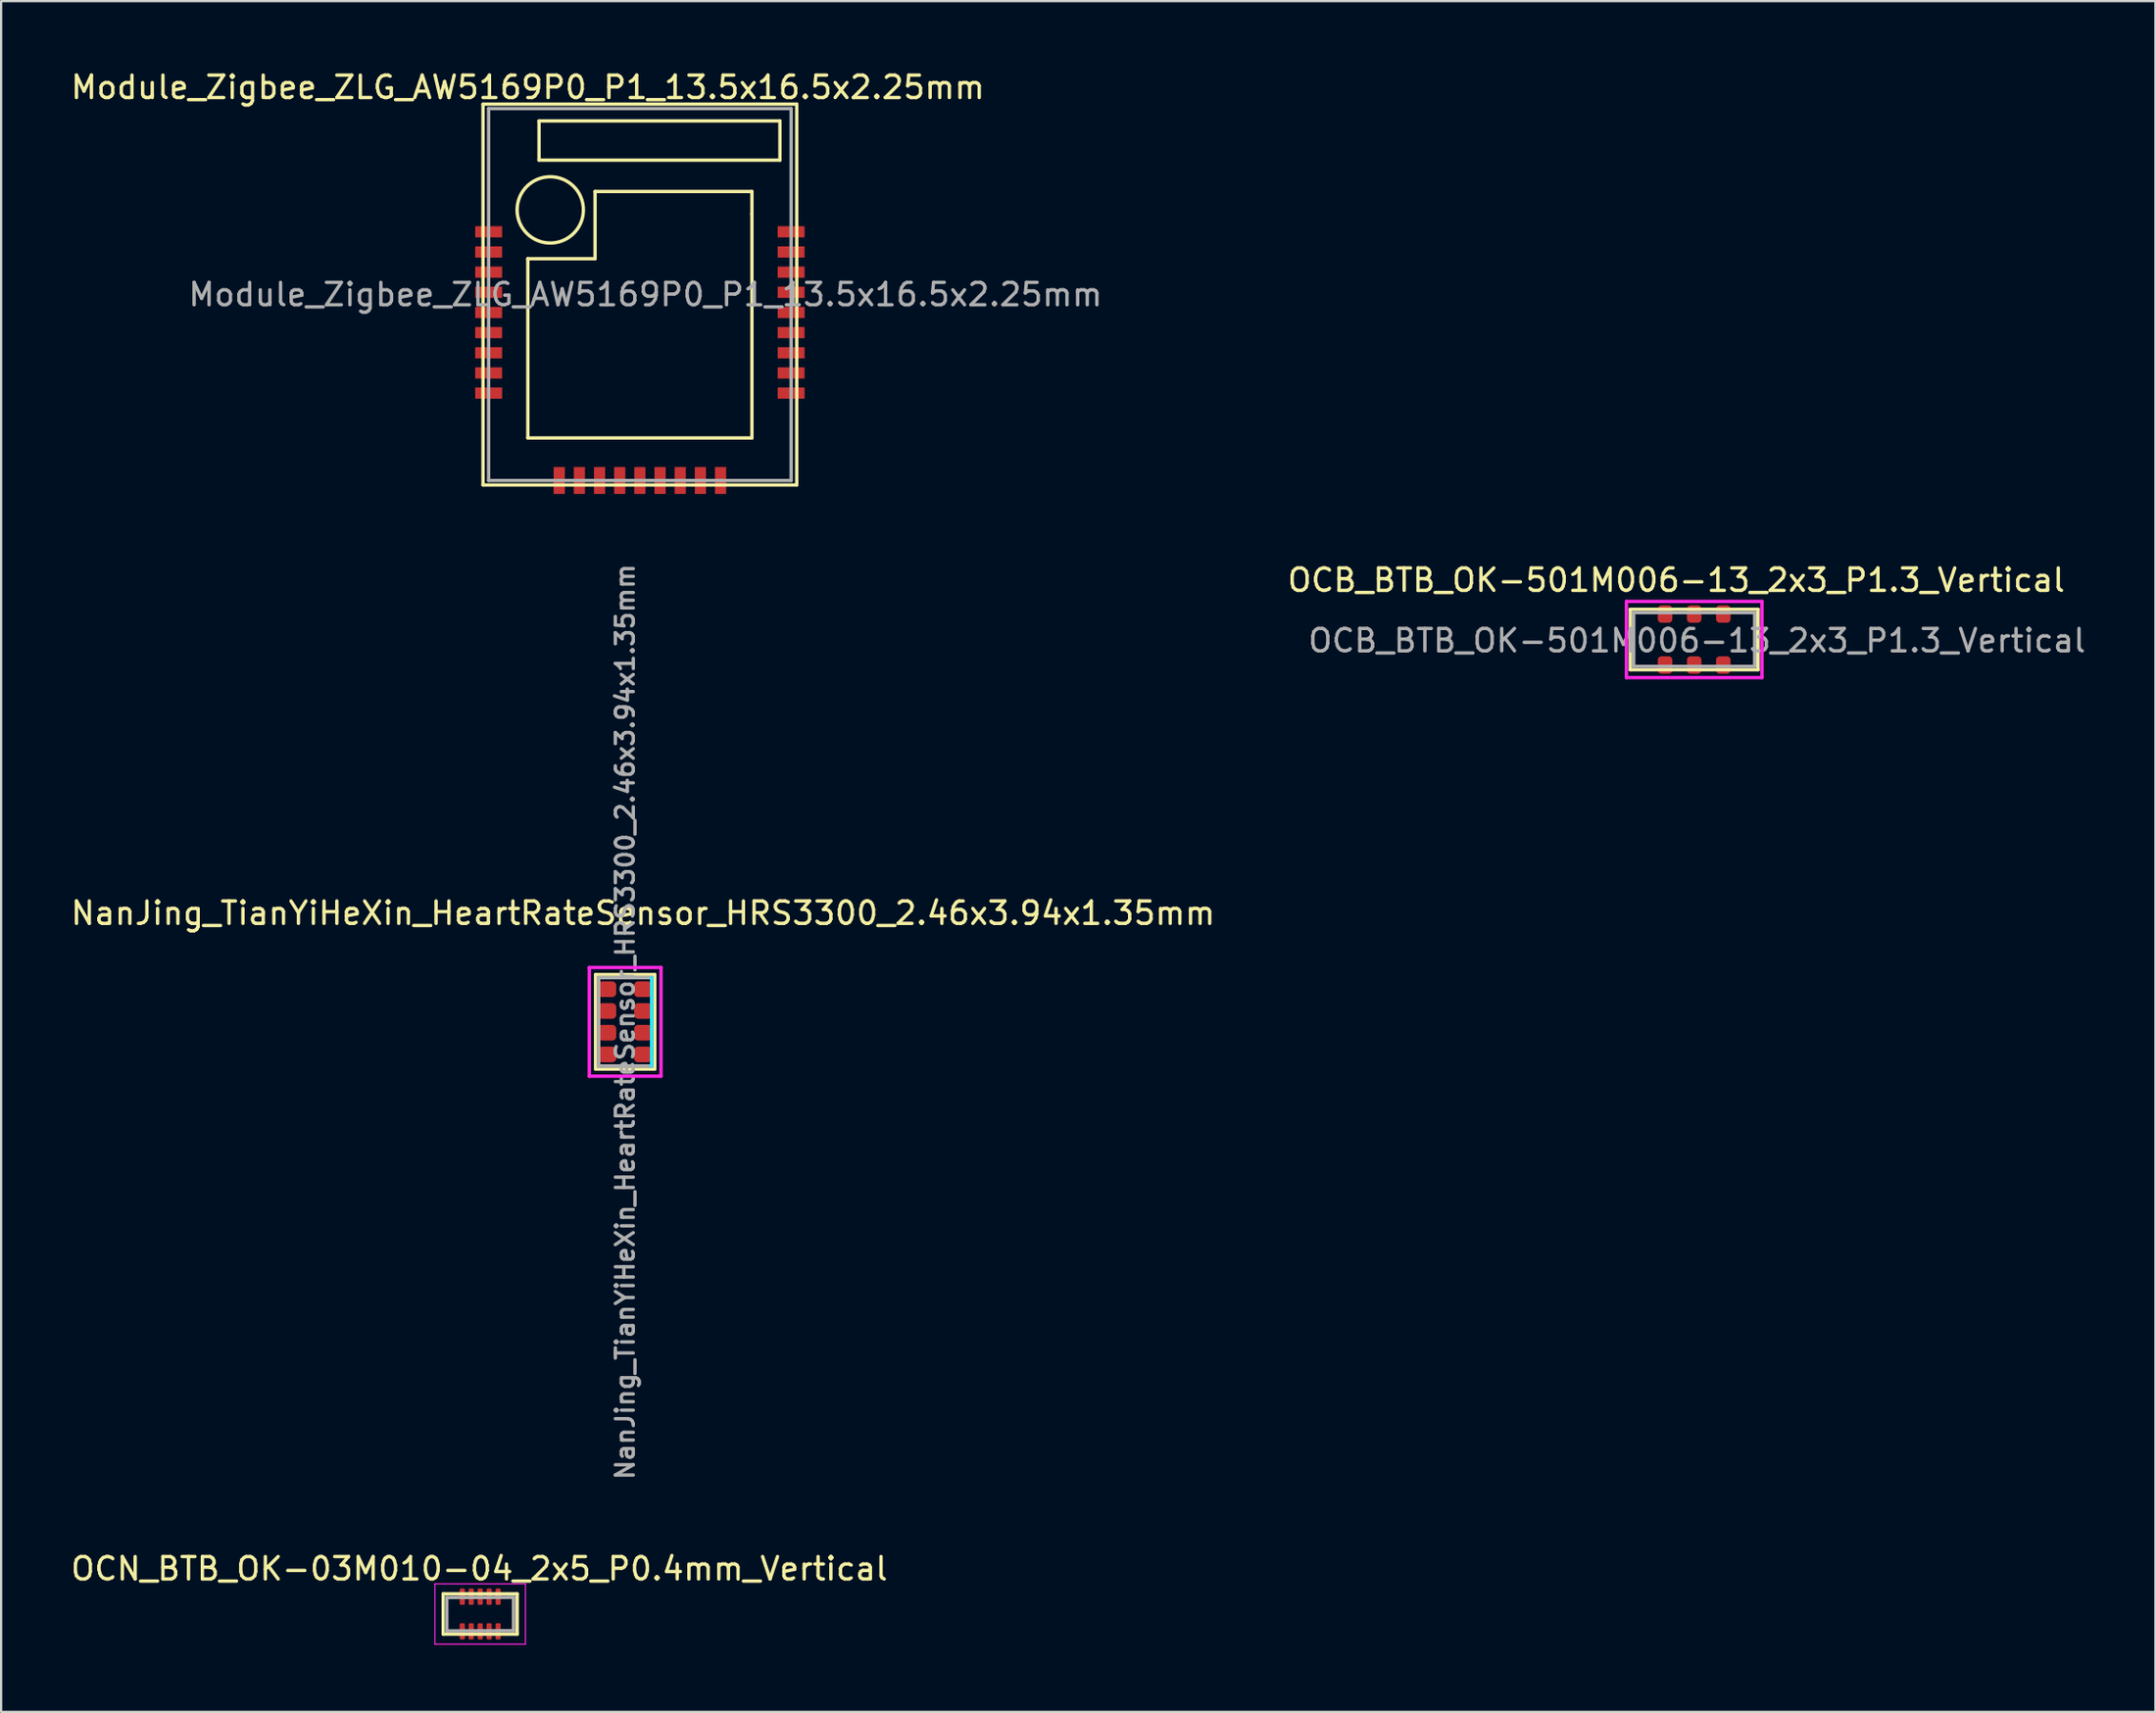
<source format=kicad_pcb>
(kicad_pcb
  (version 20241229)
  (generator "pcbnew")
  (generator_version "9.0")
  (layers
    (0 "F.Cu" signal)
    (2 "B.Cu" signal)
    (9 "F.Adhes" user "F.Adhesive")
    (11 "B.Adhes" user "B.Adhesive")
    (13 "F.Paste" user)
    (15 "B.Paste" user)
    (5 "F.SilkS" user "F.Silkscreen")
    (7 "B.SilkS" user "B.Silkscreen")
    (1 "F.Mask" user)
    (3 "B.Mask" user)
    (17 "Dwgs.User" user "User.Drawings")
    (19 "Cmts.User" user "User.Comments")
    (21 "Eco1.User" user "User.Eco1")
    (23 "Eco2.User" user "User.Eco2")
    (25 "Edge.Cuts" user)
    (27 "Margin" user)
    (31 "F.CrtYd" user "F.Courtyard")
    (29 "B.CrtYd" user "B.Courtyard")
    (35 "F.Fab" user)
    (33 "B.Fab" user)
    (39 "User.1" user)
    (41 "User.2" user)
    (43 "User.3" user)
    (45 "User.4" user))
  (footprint "OCB_BTB_OK-501M006-13_2x3_P1.3_Vertical"
    (layer "F.Cu")
    (at 72.556 25.497)
    (property "Reference" "OCB_BTB_OK-501M006-13_2x3_P1.3_Vertical" (at -0.8 -2.65 0) (layer "F.SilkS") (effects (font (size 1 1) (thickness 0.15))))
    (attr smd)
    (fp_line (start -2.85 -1.35) (end -2.85 1.35) (stroke (width 0.15) (type solid)) (layer "F.SilkS"))
    (fp_line (start -2.85 -1.35) (end 2.85 -1.35) (stroke (width 0.15) (type solid)) (layer "F.SilkS"))
    (fp_line (start -2.85 1.35) (end 2.85 1.35) (stroke (width 0.15) (type solid)) (layer "F.SilkS"))
    (fp_line (start 2.85 -1.35) (end 2.85 1.35) (stroke (width 0.15) (type solid)) (layer "F.SilkS"))
    (fp_line (start -3.025 -1.7) (end 3.025 -1.7) (stroke (width 0.15) (type solid)) (layer "F.CrtYd"))
    (fp_line (start -3.025 1.7) (end -3.025 -1.7) (stroke (width 0.15) (type solid)) (layer "F.CrtYd"))
    (fp_line (start 3.025 -1.7) (end 3.025 1.7) (stroke (width 0.15) (type solid)) (layer "F.CrtYd"))
    (fp_line (start 3.025 1.7) (end -3.025 1.7) (stroke (width 0.15) (type solid)) (layer "F.CrtYd"))
    (fp_line (start -2.7 -1.2) (end -2.7 1.2) (stroke (width 0.15) (type solid)) (layer "F.Fab"))
    (fp_line (start -2.7 1.2) (end 2.7 1.2) (stroke (width 0.15) (type solid)) (layer "F.Fab"))
    (fp_line (start 2.7 -1.2) (end -2.7 -1.2) (stroke (width 0.15) (type solid)) (layer "F.Fab"))
    (fp_line (start 2.7 1.2) (end 2.7 -1.19) (stroke (width 0.15) (type solid)) (layer "F.Fab"))
    (fp_text user "${REFERENCE}" (at 0.125 0.05 0) (layer "F.Fab") (effects (font (size 1 1) (thickness 0.15))))
    (pad "1" smd roundrect (at -1.3 -1.137 180) (size 0.65 0.775) (layers "F.Cu" "F.Mask" "F.Paste") (roundrect_rratio 0.25))
    (pad "2" smd roundrect (at 0 -1.137 180) (size 0.65 0.775) (layers "F.Cu" "F.Mask" "F.Paste") (roundrect_rratio 0.25))
    (pad "3" smd roundrect (at 1.3 -1.137 180) (size 0.65 0.775) (layers "F.Cu" "F.Mask" "F.Paste") (roundrect_rratio 0.25))
    (pad "4" smd roundrect (at 1.3 1.137 180) (size 0.65 0.775) (layers "F.Cu" "F.Mask" "F.Paste") (roundrect_rratio 0.25))
    (pad "5" smd roundrect (at 0 1.137 180) (size 0.65 0.775) (layers "F.Cu" "F.Mask" "F.Paste") (roundrect_rratio 0.25))
    (pad "6" smd roundrect (at -1.3 1.137 180) (size 0.65 0.775) (layers "F.Cu" "F.Mask" "F.Paste") (roundrect_rratio 0.25)))
  (footprint "Module_Zigbee_ZLG_AW5169P0_P1_13.5x16.5x2.25mm"
    (layer "F.Cu")
    (at 25.506 10.098)
    (property "Reference" "Module_Zigbee_ZLG_AW5169P0_P1_13.5x16.5x2.25mm" (at -5 -9.25 0) (layer "F.SilkS") (effects (font (size 1 1) (thickness 0.15))))
    (attr smd)
    (fp_line (start -7 -8.5) (end -7 8.5) (stroke (width 0.15) (type solid)) (layer "F.SilkS"))
    (fp_line (start -7 8.5) (end 7 8.5) (stroke (width 0.15) (type solid)) (layer "F.SilkS"))
    (fp_line (start -5 -1.6) (end -5 6.4) (stroke (width 0.15) (type solid)) (layer "F.SilkS"))
    (fp_line (start -5 6.4) (end 5 6.4) (stroke (width 0.15) (type solid)) (layer "F.SilkS"))
    (fp_line (start -4.5 -7.75) (end 6.25 -7.75) (stroke (width 0.15) (type solid)) (layer "F.SilkS"))
    (fp_line (start -4.5 -6) (end -4.5 -7.75) (stroke (width 0.15) (type solid)) (layer "F.SilkS"))
    (fp_line (start -2 -4.6) (end -2 -1.6) (stroke (width 0.15) (type solid)) (layer "F.SilkS"))
    (fp_line (start -2 -1.6) (end -5 -1.6) (stroke (width 0.15) (type solid)) (layer "F.SilkS"))
    (fp_line (start 5 -4.6) (end -2 -4.6) (stroke (width 0.15) (type solid)) (layer "F.SilkS"))
    (fp_line (start 5 -3.6) (end 5 -4.6) (stroke (width 0.15) (type solid)) (layer "F.SilkS"))
    (fp_line (start 5 6.4) (end 5 -3.6) (stroke (width 0.15) (type solid)) (layer "F.SilkS"))
    (fp_line (start 6.25 -7.75) (end 6.25 -6) (stroke (width 0.15) (type solid)) (layer "F.SilkS"))
    (fp_line (start 6.25 -6) (end -4.5 -6) (stroke (width 0.15) (type solid)) (layer "F.SilkS"))
    (fp_line (start 7 -8.5) (end -7 -8.5) (stroke (width 0.15) (type solid)) (layer "F.SilkS"))
    (fp_line (start 7 8.5) (end 7 -8.5) (stroke (width 0.15) (type solid)) (layer "F.SilkS"))
    (fp_circle (center -4 -3.779) (end -3.95 -2.3) (stroke (width 0.15) (type solid)) (fill no) (layer "F.SilkS"))
    (fp_line (start -6.75 -8.3) (end -6.75 8.3) (stroke (width 0.15) (type solid)) (layer "F.Fab"))
    (fp_line (start -6.75 8.3) (end 6.75 8.3) (stroke (width 0.15) (type solid)) (layer "F.Fab"))
    (fp_line (start 6.75 -8.3) (end -6.75 -8.3) (stroke (width 0.15) (type solid)) (layer "F.Fab"))
    (fp_line (start 6.75 8.3) (end 6.75 -8.3) (stroke (width 0.15) (type solid)) (layer "F.Fab"))
    (fp_text user "${REFERENCE}" (at 0.25 0 0) (layer "F.Fab") (effects (font (size 1 1) (thickness 0.15))))
    (pad "1" smd rect (at -6.75 -2.8 90) (size 0.5 1.2) (layers "F.Cu" "F.Mask" "F.Paste"))
    (pad "2" smd rect (at -6.75 -1.9 90) (size 0.5 1.2) (layers "F.Cu" "F.Mask" "F.Paste"))
    (pad "3" smd rect (at -6.75 -1 90) (size 0.5 1.2) (layers "F.Cu" "F.Mask" "F.Paste"))
    (pad "4" smd rect (at -6.75 -0.1 90) (size 0.5 1.2) (layers "F.Cu" "F.Mask" "F.Paste"))
    (pad "5" smd rect (at -6.75 0.8 90) (size 0.5 1.2) (layers "F.Cu" "F.Mask" "F.Paste"))
    (pad "6" smd rect (at -6.75 1.7 90) (size 0.5 1.2) (layers "F.Cu" "F.Mask" "F.Paste"))
    (pad "7" smd rect (at -6.75 2.6 90) (size 0.5 1.2) (layers "F.Cu" "F.Mask" "F.Paste"))
    (pad "8" smd rect (at -6.75 3.5 90) (size 0.5 1.2) (layers "F.Cu" "F.Mask" "F.Paste"))
    (pad "9" smd rect (at -6.75 4.4 90) (size 0.5 1.2) (layers "F.Cu" "F.Mask" "F.Paste"))
    (pad "10" smd rect (at -3.6 8.3) (size 0.5 1.2) (layers "F.Cu" "F.Mask" "F.Paste"))
    (pad "11" smd rect (at -2.7 8.3) (size 0.5 1.2) (layers "F.Cu" "F.Mask" "F.Paste"))
    (pad "12" smd rect (at -1.8 8.3) (size 0.5 1.2) (layers "F.Cu" "F.Mask" "F.Paste"))
    (pad "13" smd rect (at -0.9 8.3) (size 0.5 1.2) (layers "F.Cu" "F.Mask" "F.Paste"))
    (pad "14" smd rect (at 0 8.3) (size 0.5 1.2) (layers "F.Cu" "F.Mask" "F.Paste"))
    (pad "15" smd rect (at 0.9 8.3) (size 0.5 1.2) (layers "F.Cu" "F.Mask" "F.Paste"))
    (pad "16" smd rect (at 1.8 8.3) (size 0.5 1.2) (layers "F.Cu" "F.Mask" "F.Paste"))
    (pad "17" smd rect (at 2.7 8.3) (size 0.5 1.2) (layers "F.Cu" "F.Mask" "F.Paste"))
    (pad "18" smd rect (at 3.6 8.3) (size 0.5 1.2) (layers "F.Cu" "F.Mask" "F.Paste"))
    (pad "19" smd rect (at 6.75 4.4 90) (size 0.5 1.2) (layers "F.Cu" "F.Mask" "F.Paste"))
    (pad "20" smd rect (at 6.75 3.5 90) (size 0.5 1.2) (layers "F.Cu" "F.Mask" "F.Paste"))
    (pad "21" smd rect (at 6.75 2.6 90) (size 0.5 1.2) (layers "F.Cu" "F.Mask" "F.Paste"))
    (pad "22" smd rect (at 6.75 1.7 90) (size 0.5 1.2) (layers "F.Cu" "F.Mask" "F.Paste"))
    (pad "23" smd rect (at 6.75 0.8 90) (size 0.5 1.2) (layers "F.Cu" "F.Mask" "F.Paste"))
    (pad "24" smd rect (at 6.75 -0.1 90) (size 0.5 1.2) (layers "F.Cu" "F.Mask" "F.Paste"))
    (pad "25" smd rect (at 6.75 -1 90) (size 0.5 1.2) (layers "F.Cu" "F.Mask" "F.Paste"))
    (pad "26" smd rect (at 6.75 -1.9 90) (size 0.5 1.2) (layers "F.Cu" "F.Mask" "F.Paste"))
    (pad "27" smd rect (at 6.75 -2.8 90) (size 0.5 1.2) (layers "F.Cu" "F.Mask" "F.Paste")))
  (footprint "OCN_BTB_OK-03M010-04_2x5_P0.4mm_Vertical"
    (layer "F.Cu")
    (at 18.379 68.995)
    (property "Reference" "OCN_BTB_OK-03M010-04_2x5_P0.4mm_Vertical" (at -0.04 -2.02 0) (layer "F.SilkS") (effects (font (size 1 1) (thickness 0.15))))
    (attr smd)
    (fp_line (start -1.65 -0.9) (end 1.65 -0.9) (stroke (width 0.15) (type solid)) (layer "F.SilkS"))
    (fp_line (start -1.65 0.9) (end -1.65 -0.9) (stroke (width 0.15) (type solid)) (layer "F.SilkS"))
    (fp_line (start 1.65 -0.9) (end 1.65 0.9) (stroke (width 0.15) (type solid)) (layer "F.SilkS"))
    (fp_line (start 1.65 0.9) (end -1.65 0.9) (stroke (width 0.15) (type solid)) (layer "F.SilkS"))
    (fp_line (start -2.02 -1.345) (end 2.02 -1.345) (stroke (width 0.05) (type solid)) (layer "F.CrtYd"))
    (fp_line (start -2.02 1.345) (end -2.02 -1.345) (stroke (width 0.05) (type solid)) (layer "F.CrtYd"))
    (fp_line (start 2.02 1.345) (end -2.02 1.345) (stroke (width 0.05) (type solid)) (layer "F.CrtYd"))
    (fp_line (start 2.02 1.345) (end 2.02 -1.345) (stroke (width 0.05) (type solid)) (layer "F.CrtYd"))
    (fp_line (start -1.49 -0.735) (end 1.488 -0.745) (stroke (width 0.15) (type solid)) (layer "F.Fab"))
    (fp_line (start -1.488 0.76) (end -1.49 -0.735) (stroke (width 0.15) (type solid)) (layer "F.Fab"))
    (fp_line (start 1.488 -0.745) (end 1.488 0.75) (stroke (width 0.15) (type solid)) (layer "F.Fab"))
    (fp_line (start 1.488 0.745) (end -1.49 0.755) (stroke (width 0.15) (type solid)) (layer "F.Fab"))
    (pad "1" smd roundrect (at -0.8 -0.775 90) (size 0.73 0.23) (layers "F.Cu" "F.Mask" "F.Paste") (roundrect_rratio 0.25))
    (pad "2" smd roundrect (at -0.4 -0.775 90) (size 0.73 0.23) (layers "F.Cu" "F.Mask" "F.Paste") (roundrect_rratio 0.25))
    (pad "3" smd roundrect (at 0 -0.775 90) (size 0.73 0.23) (layers "F.Cu" "F.Mask" "F.Paste") (roundrect_rratio 0.25))
    (pad "4" smd roundrect (at 0.4 -0.775 90) (size 0.73 0.23) (layers "F.Cu" "F.Mask" "F.Paste") (roundrect_rratio 0.25))
    (pad "5" smd roundrect (at 0.8 -0.775 90) (size 0.73 0.23) (layers "F.Cu" "F.Mask" "F.Paste") (roundrect_rratio 0.25))
    (pad "6" smd roundrect (at 0.8 0.775 90) (size 0.73 0.23) (layers "F.Cu" "F.Mask" "F.Paste") (roundrect_rratio 0.25))
    (pad "7" smd roundrect (at 0.4 0.775 90) (size 0.73 0.23) (layers "F.Cu" "F.Mask" "F.Paste") (roundrect_rratio 0.25))
    (pad "8" smd roundrect (at 0 0.775 90) (size 0.73 0.23) (layers "F.Cu" "F.Mask" "F.Paste") (roundrect_rratio 0.25))
    (pad "9" smd roundrect (at -0.4 0.775 90) (size 0.73 0.23) (layers "F.Cu" "F.Mask" "F.Paste") (roundrect_rratio 0.25))
    (pad "10" smd roundrect (at -0.8 0.775 90) (size 0.73 0.23) (layers "F.Cu" "F.Mask" "F.Paste") (roundrect_rratio 0.25)))
  (footprint "NanJing_TianYiHeXin_HeartRateSensor_HRS3300_2.46x3.94x1.35mm"
    (layer "F.Cu")
    (at 24.849 42.562)
    (property "Reference" "NanJing_TianYiHeXin_HeartRateSensor_HRS3300_2.46x3.94x1.35mm" (at 0.8 -4.85 0) (layer "F.SilkS") (effects (font (size 1 1) (thickness 0.15))))
    (attr smd)
    (fp_line (start -1.32 -2.11) (end 1.32 -2.11) (stroke (width 0.15) (type solid)) (layer "F.SilkS"))
    (fp_line (start -1.32 2.11) (end -1.32 -2.11) (stroke (width 0.15) (type solid)) (layer "F.SilkS"))
    (fp_line (start 1.32 -2.11) (end 1.32 2.11) (stroke (width 0.15) (type solid)) (layer "F.SilkS"))
    (fp_line (start 1.32 2.11) (end -1.32 2.11) (stroke (width 0.15) (type solid)) (layer "F.SilkS"))
    (fp_line (start 1.18 -1.97) (end 1.18 1.97) (stroke (width 0.15) (type solid)) (layer "B.CrtYd"))
    (fp_line (start -1.6 -2.425) (end 1.6 -2.425) (stroke (width 0.15) (type solid)) (layer "F.CrtYd"))
    (fp_line (start -1.6 2.425) (end -1.6 -2.425) (stroke (width 0.15) (type solid)) (layer "F.CrtYd"))
    (fp_line (start 1.6 -2.425) (end 1.6 2.425) (stroke (width 0.15) (type solid)) (layer "F.CrtYd"))
    (fp_line (start 1.6 2.425) (end -1.6 2.425) (stroke (width 0.15) (type solid)) (layer "F.CrtYd"))
    (fp_line (start -1.18 -1.97) (end 1.18 -1.97) (stroke (width 0.15) (type solid)) (layer "F.Fab"))
    (fp_line (start -1.18 1.97) (end -1.18 -1.97) (stroke (width 0.15) (type solid)) (layer "F.Fab"))
    (fp_line (start 1.18 1.97) (end -1.18 1.97) (stroke (width 0.15) (type solid)) (layer "F.Fab"))
    (fp_text user "${REFERENCE}" (at 0 0 90) (layer "F.Fab") (effects (font (size 0.8 0.8) (thickness 0.15))))
    (pad "1" smd roundrect (at -0.8 -1.455) (size 0.8 0.7) (layers "F.Cu" "F.Mask" "F.Paste") (roundrect_rratio 0.25))
    (pad "2" smd roundrect (at -0.8 -0.485) (size 0.8 0.7) (layers "F.Cu" "F.Mask" "F.Paste") (roundrect_rratio 0.25))
    (pad "3" smd roundrect (at -0.8 0.485) (size 0.8 0.7) (layers "F.Cu" "F.Mask" "F.Paste") (roundrect_rratio 0.25))
    (pad "4" smd roundrect (at -0.8 1.455) (size 0.8 0.7) (layers "F.Cu" "F.Mask" "F.Paste") (roundrect_rratio 0.25))
    (pad "5" smd roundrect (at 0.8 1.455) (size 0.8 0.7) (layers "F.Cu" "F.Mask" "F.Paste") (roundrect_rratio 0.25))
    (pad "6" smd roundrect (at 0.8 0.485) (size 0.8 0.7) (layers "F.Cu" "F.Mask" "F.Paste") (roundrect_rratio 0.25))
    (pad "7" smd roundrect (at 0.8 -0.485) (size 0.8 0.7) (layers "F.Cu" "F.Mask" "F.Paste") (roundrect_rratio 0.25))
    (pad "8" smd roundrect (at 0.8 -1.455) (size 0.8 0.7) (layers "F.Cu" "F.Mask" "F.Paste") (roundrect_rratio 0.25)))
  (gr_rect
    (start -3 -3)
    (end 93.139 73.365)
    (stroke (width 0.1) (type default))
    (fill no)
    (layer "Edge.Cuts")))
</source>
